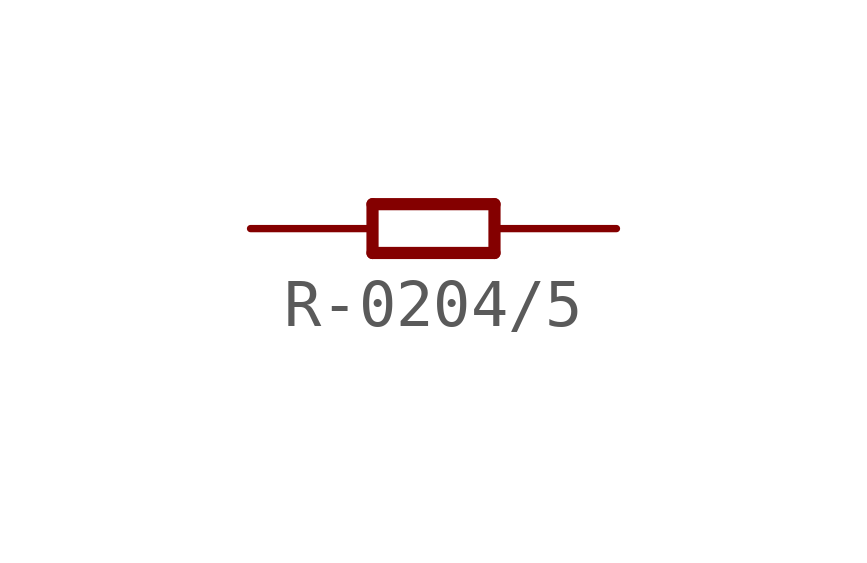
<source format=kicad_sym>
(kicad_symbol_lib
  (version 20241209)
  (generator "kicad_symbol_editor")
  (generator_version "9.0")
  (symbol "R-0204/5"
    (property "Reference" "R"
      (at -3.81 0 0)
      (effects (font (size 1.27 1.079)) (justify left bottom) (hide yes)))
    (property "ki_locked" ""
      (at 0 0 0)
      (effects (font (size 1.27 1.27))))
    (symbol "R-0204/5_1_0"
      (polyline (pts (xy -1.27 0.508) (xy 1.27 0.508)) (stroke (width 0.254) (type solid)) (fill (type none)))
      (polyline (pts (xy -1.27 -0.508) (xy -1.27 0.508)) (stroke (width 0.254) (type solid)) (fill (type none)))
      (polyline (pts (xy 1.27 0.508) (xy 1.27 -0.508)) (stroke (width 0.254) (type solid)) (fill (type none)))
      (polyline (pts (xy 1.27 -0.508) (xy -1.27 -0.508)) (stroke (width 0.254) (type solid)) (fill (type none)))
      (pin passive line (at -3.81 0 0) (length 2.54) (name "1" (effects (font (size 0 0)))) (number "1" (effects (font (size 0 0)))))
      (pin passive line (at 3.81 0 180) (length 2.54) (name "2" (effects (font (size 0 0)))) (number "2" (effects (font (size 0 0))))))))
</source>
